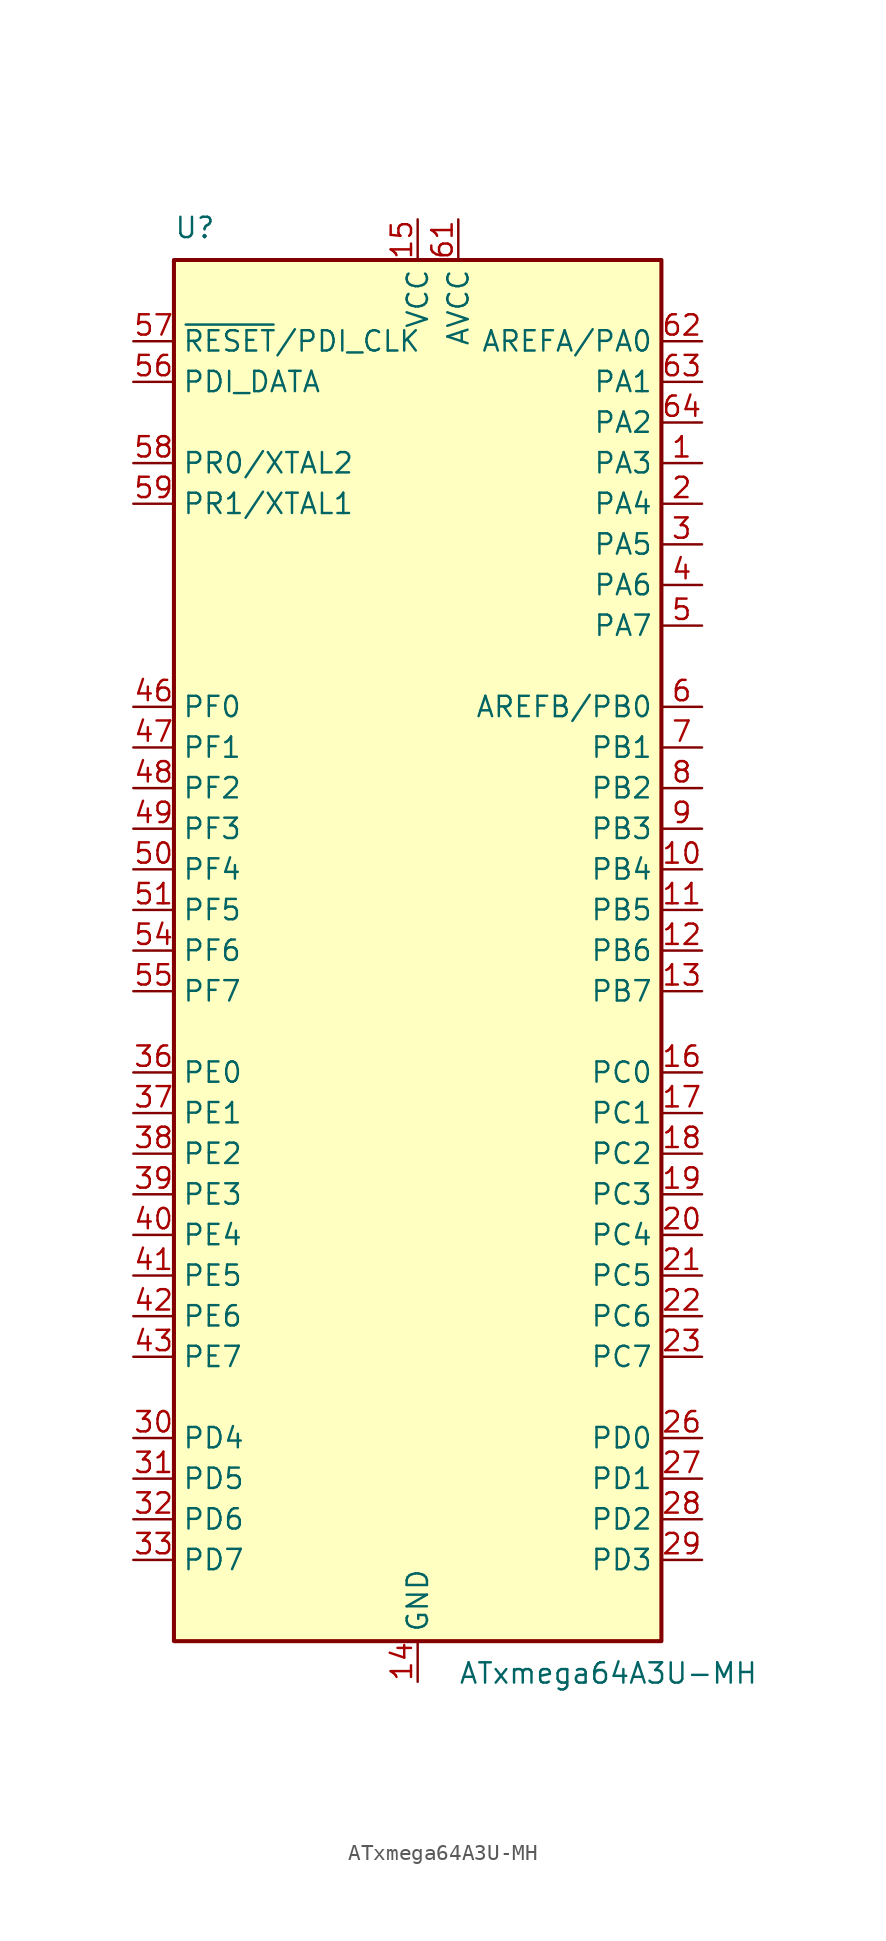
<source format=kicad_sym>
(kicad_symbol_lib
  (version 20201005)
  (generator kicad_symbol_editor)
  (symbol "ATxmega64A3U-MH"
    (property "Reference" "U"
      (at -15.24 44.45 0)
      (effects (font (size 1.27 1.27)) (justify left bottom)))
    (property "Value" "ATxmega64A3U-MH"
      (at 2.54 -44.45 0)
      (effects (font (size 1.27 1.27)) (justify left top)))
    (symbol "ATxmega64A3U-MH_0_1"
      (rectangle (start -15.24 -43.18) (end 15.24 43.18) (stroke (width 0.254)) (fill (type background))))
    (symbol "ATxmega64A3U-MH_1_1"
      (pin tri_state line (at 17.78 30.48 180) (length 2.54) (name "PA3" (effects (font (size 1.27 1.27)))) (number "1" (effects (font (size 1.27 1.27)))))
      (pin tri_state line (at 17.78 5.08 180) (length 2.54) (name "PB4" (effects (font (size 1.27 1.27)))) (number "10" (effects (font (size 1.27 1.27)))))
      (pin tri_state line (at 17.78 2.54 180) (length 2.54) (name "PB5" (effects (font (size 1.27 1.27)))) (number "11" (effects (font (size 1.27 1.27)))))
      (pin tri_state line (at 17.78 0 180) (length 2.54) (name "PB6" (effects (font (size 1.27 1.27)))) (number "12" (effects (font (size 1.27 1.27)))))
      (pin tri_state line (at 17.78 -2.54 180) (length 2.54) (name "PB7" (effects (font (size 1.27 1.27)))) (number "13" (effects (font (size 1.27 1.27)))))
      (pin power_in line (at 0 -45.72 90) (length 2.54) (name "GND" (effects (font (size 1.27 1.27)))) (number "14" (effects (font (size 1.27 1.27)))))
      (pin power_in line (at 0 45.72 270) (length 2.54) (name "VCC" (effects (font (size 1.27 1.27)))) (number "15" (effects (font (size 1.27 1.27)))))
      (pin tri_state line (at 17.78 -7.62 180) (length 2.54) (name "PC0" (effects (font (size 1.27 1.27)))) (number "16" (effects (font (size 1.27 1.27)))))
      (pin tri_state line (at 17.78 -10.16 180) (length 2.54) (name "PC1" (effects (font (size 1.27 1.27)))) (number "17" (effects (font (size 1.27 1.27)))))
      (pin tri_state line (at 17.78 -12.7 180) (length 2.54) (name "PC2" (effects (font (size 1.27 1.27)))) (number "18" (effects (font (size 1.27 1.27)))))
      (pin tri_state line (at 17.78 -15.24 180) (length 2.54) (name "PC3" (effects (font (size 1.27 1.27)))) (number "19" (effects (font (size 1.27 1.27)))))
      (pin tri_state line (at 17.78 27.94 180) (length 2.54) (name "PA4" (effects (font (size 1.27 1.27)))) (number "2" (effects (font (size 1.27 1.27)))))
      (pin tri_state line (at 17.78 -17.78 180) (length 2.54) (name "PC4" (effects (font (size 1.27 1.27)))) (number "20" (effects (font (size 1.27 1.27)))))
      (pin tri_state line (at 17.78 -20.32 180) (length 2.54) (name "PC5" (effects (font (size 1.27 1.27)))) (number "21" (effects (font (size 1.27 1.27)))))
      (pin tri_state line (at 17.78 -22.86 180) (length 2.54) (name "PC6" (effects (font (size 1.27 1.27)))) (number "22" (effects (font (size 1.27 1.27)))))
      (pin tri_state line (at 17.78 -25.4 180) (length 2.54) (name "PC7" (effects (font (size 1.27 1.27)))) (number "23" (effects (font (size 1.27 1.27)))))
      (pin passive line (at 0 -45.72 90) (length 2.54) hide (name "GND" (effects (font (size 1.27 1.27)))) (number "24" (effects (font (size 1.27 1.27)))))
      (pin passive line (at 0 45.72 270) (length 2.54) hide (name "VCC" (effects (font (size 1.27 1.27)))) (number "25" (effects (font (size 1.27 1.27)))))
      (pin tri_state line (at 17.78 -30.48 180) (length 2.54) (name "PD0" (effects (font (size 1.27 1.27)))) (number "26" (effects (font (size 1.27 1.27)))))
      (pin tri_state line (at 17.78 -33.02 180) (length 2.54) (name "PD1" (effects (font (size 1.27 1.27)))) (number "27" (effects (font (size 1.27 1.27)))))
      (pin tri_state line (at 17.78 -35.56 180) (length 2.54) (name "PD2" (effects (font (size 1.27 1.27)))) (number "28" (effects (font (size 1.27 1.27)))))
      (pin tri_state line (at 17.78 -38.1 180) (length 2.54) (name "PD3" (effects (font (size 1.27 1.27)))) (number "29" (effects (font (size 1.27 1.27)))))
      (pin tri_state line (at 17.78 25.4 180) (length 2.54) (name "PA5" (effects (font (size 1.27 1.27)))) (number "3" (effects (font (size 1.27 1.27)))))
      (pin tri_state line (at -17.78 -30.48 0) (length 2.54) (name "PD4" (effects (font (size 1.27 1.27)))) (number "30" (effects (font (size 1.27 1.27)))))
      (pin tri_state line (at -17.78 -33.02 0) (length 2.54) (name "PD5" (effects (font (size 1.27 1.27)))) (number "31" (effects (font (size 1.27 1.27)))))
      (pin tri_state line (at -17.78 -35.56 0) (length 2.54) (name "PD6" (effects (font (size 1.27 1.27)))) (number "32" (effects (font (size 1.27 1.27)))))
      (pin tri_state line (at -17.78 -38.1 0) (length 2.54) (name "PD7" (effects (font (size 1.27 1.27)))) (number "33" (effects (font (size 1.27 1.27)))))
      (pin passive line (at 0 -45.72 90) (length 2.54) hide (name "GND" (effects (font (size 1.27 1.27)))) (number "34" (effects (font (size 1.27 1.27)))))
      (pin passive line (at 0 45.72 270) (length 2.54) hide (name "VCC" (effects (font (size 1.27 1.27)))) (number "35" (effects (font (size 1.27 1.27)))))
      (pin tri_state line (at -17.78 -7.62 0) (length 2.54) (name "PE0" (effects (font (size 1.27 1.27)))) (number "36" (effects (font (size 1.27 1.27)))))
      (pin tri_state line (at -17.78 -10.16 0) (length 2.54) (name "PE1" (effects (font (size 1.27 1.27)))) (number "37" (effects (font (size 1.27 1.27)))))
      (pin tri_state line (at -17.78 -12.7 0) (length 2.54) (name "PE2" (effects (font (size 1.27 1.27)))) (number "38" (effects (font (size 1.27 1.27)))))
      (pin tri_state line (at -17.78 -15.24 0) (length 2.54) (name "PE3" (effects (font (size 1.27 1.27)))) (number "39" (effects (font (size 1.27 1.27)))))
      (pin tri_state line (at 17.78 22.86 180) (length 2.54) (name "PA6" (effects (font (size 1.27 1.27)))) (number "4" (effects (font (size 1.27 1.27)))))
      (pin tri_state line (at -17.78 -17.78 0) (length 2.54) (name "PE4" (effects (font (size 1.27 1.27)))) (number "40" (effects (font (size 1.27 1.27)))))
      (pin tri_state line (at -17.78 -20.32 0) (length 2.54) (name "PE5" (effects (font (size 1.27 1.27)))) (number "41" (effects (font (size 1.27 1.27)))))
      (pin tri_state line (at -17.78 -22.86 0) (length 2.54) (name "PE6" (effects (font (size 1.27 1.27)))) (number "42" (effects (font (size 1.27 1.27)))))
      (pin tri_state line (at -17.78 -25.4 0) (length 2.54) (name "PE7" (effects (font (size 1.27 1.27)))) (number "43" (effects (font (size 1.27 1.27)))))
      (pin passive line (at 0 -45.72 90) (length 2.54) hide (name "GND" (effects (font (size 1.27 1.27)))) (number "44" (effects (font (size 1.27 1.27)))))
      (pin passive line (at 0 45.72 270) (length 2.54) hide (name "VCC" (effects (font (size 1.27 1.27)))) (number "45" (effects (font (size 1.27 1.27)))))
      (pin tri_state line (at -17.78 15.24 0) (length 2.54) (name "PF0" (effects (font (size 1.27 1.27)))) (number "46" (effects (font (size 1.27 1.27)))))
      (pin tri_state line (at -17.78 12.7 0) (length 2.54) (name "PF1" (effects (font (size 1.27 1.27)))) (number "47" (effects (font (size 1.27 1.27)))))
      (pin tri_state line (at -17.78 10.16 0) (length 2.54) (name "PF2" (effects (font (size 1.27 1.27)))) (number "48" (effects (font (size 1.27 1.27)))))
      (pin tri_state line (at -17.78 7.62 0) (length 2.54) (name "PF3" (effects (font (size 1.27 1.27)))) (number "49" (effects (font (size 1.27 1.27)))))
      (pin tri_state line (at 17.78 20.32 180) (length 2.54) (name "PA7" (effects (font (size 1.27 1.27)))) (number "5" (effects (font (size 1.27 1.27)))))
      (pin tri_state line (at -17.78 5.08 0) (length 2.54) (name "PF4" (effects (font (size 1.27 1.27)))) (number "50" (effects (font (size 1.27 1.27)))))
      (pin tri_state line (at -17.78 2.54 0) (length 2.54) (name "PF5" (effects (font (size 1.27 1.27)))) (number "51" (effects (font (size 1.27 1.27)))))
      (pin passive line (at 0 -45.72 90) (length 2.54) hide (name "GND" (effects (font (size 1.27 1.27)))) (number "52" (effects (font (size 1.27 1.27)))))
      (pin passive line (at 0 45.72 270) (length 2.54) hide (name "VCC" (effects (font (size 1.27 1.27)))) (number "53" (effects (font (size 1.27 1.27)))))
      (pin tri_state line (at -17.78 0 0) (length 2.54) (name "PF6" (effects (font (size 1.27 1.27)))) (number "54" (effects (font (size 1.27 1.27)))))
      (pin tri_state line (at -17.78 -2.54 0) (length 2.54) (name "PF7" (effects (font (size 1.27 1.27)))) (number "55" (effects (font (size 1.27 1.27)))))
      (pin bidirectional line (at -17.78 35.56 0) (length 2.54) (name "PDI_DATA" (effects (font (size 1.27 1.27)))) (number "56" (effects (font (size 1.27 1.27)))))
      (pin input line (at -17.78 38.1 0) (length 2.54) (name "~RESET~/PDI_CLK" (effects (font (size 1.27 1.27)))) (number "57" (effects (font (size 1.27 1.27)))))
      (pin tri_state line (at -17.78 30.48 0) (length 2.54) (name "PR0/XTAL2" (effects (font (size 1.27 1.27)))) (number "58" (effects (font (size 1.27 1.27)))))
      (pin tri_state line (at -17.78 27.94 0) (length 2.54) (name "PR1/XTAL1" (effects (font (size 1.27 1.27)))) (number "59" (effects (font (size 1.27 1.27)))))
      (pin tri_state line (at 17.78 15.24 180) (length 2.54) (name "AREFB/PB0" (effects (font (size 1.27 1.27)))) (number "6" (effects (font (size 1.27 1.27)))))
      (pin passive line (at 0 -45.72 90) (length 2.54) hide (name "GND" (effects (font (size 1.27 1.27)))) (number "60" (effects (font (size 1.27 1.27)))))
      (pin power_in line (at 2.54 45.72 270) (length 2.54) (name "AVCC" (effects (font (size 1.27 1.27)))) (number "61" (effects (font (size 1.27 1.27)))))
      (pin tri_state line (at 17.78 38.1 180) (length 2.54) (name "AREFA/PA0" (effects (font (size 1.27 1.27)))) (number "62" (effects (font (size 1.27 1.27)))))
      (pin tri_state line (at 17.78 35.56 180) (length 2.54) (name "PA1" (effects (font (size 1.27 1.27)))) (number "63" (effects (font (size 1.27 1.27)))))
      (pin tri_state line (at 17.78 33.02 180) (length 2.54) (name "PA2" (effects (font (size 1.27 1.27)))) (number "64" (effects (font (size 1.27 1.27)))))
      (pin passive line (at 0 -45.72 90) (length 2.54) hide (name "GND" (effects (font (size 1.27 1.27)))) (number "65" (effects (font (size 1.27 1.27)))))
      (pin tri_state line (at 17.78 12.7 180) (length 2.54) (name "PB1" (effects (font (size 1.27 1.27)))) (number "7" (effects (font (size 1.27 1.27)))))
      (pin tri_state line (at 17.78 10.16 180) (length 2.54) (name "PB2" (effects (font (size 1.27 1.27)))) (number "8" (effects (font (size 1.27 1.27)))))
      (pin tri_state line (at 17.78 7.62 180) (length 2.54) (name "PB3" (effects (font (size 1.27 1.27)))) (number "9" (effects (font (size 1.27 1.27))))))))
</source>
